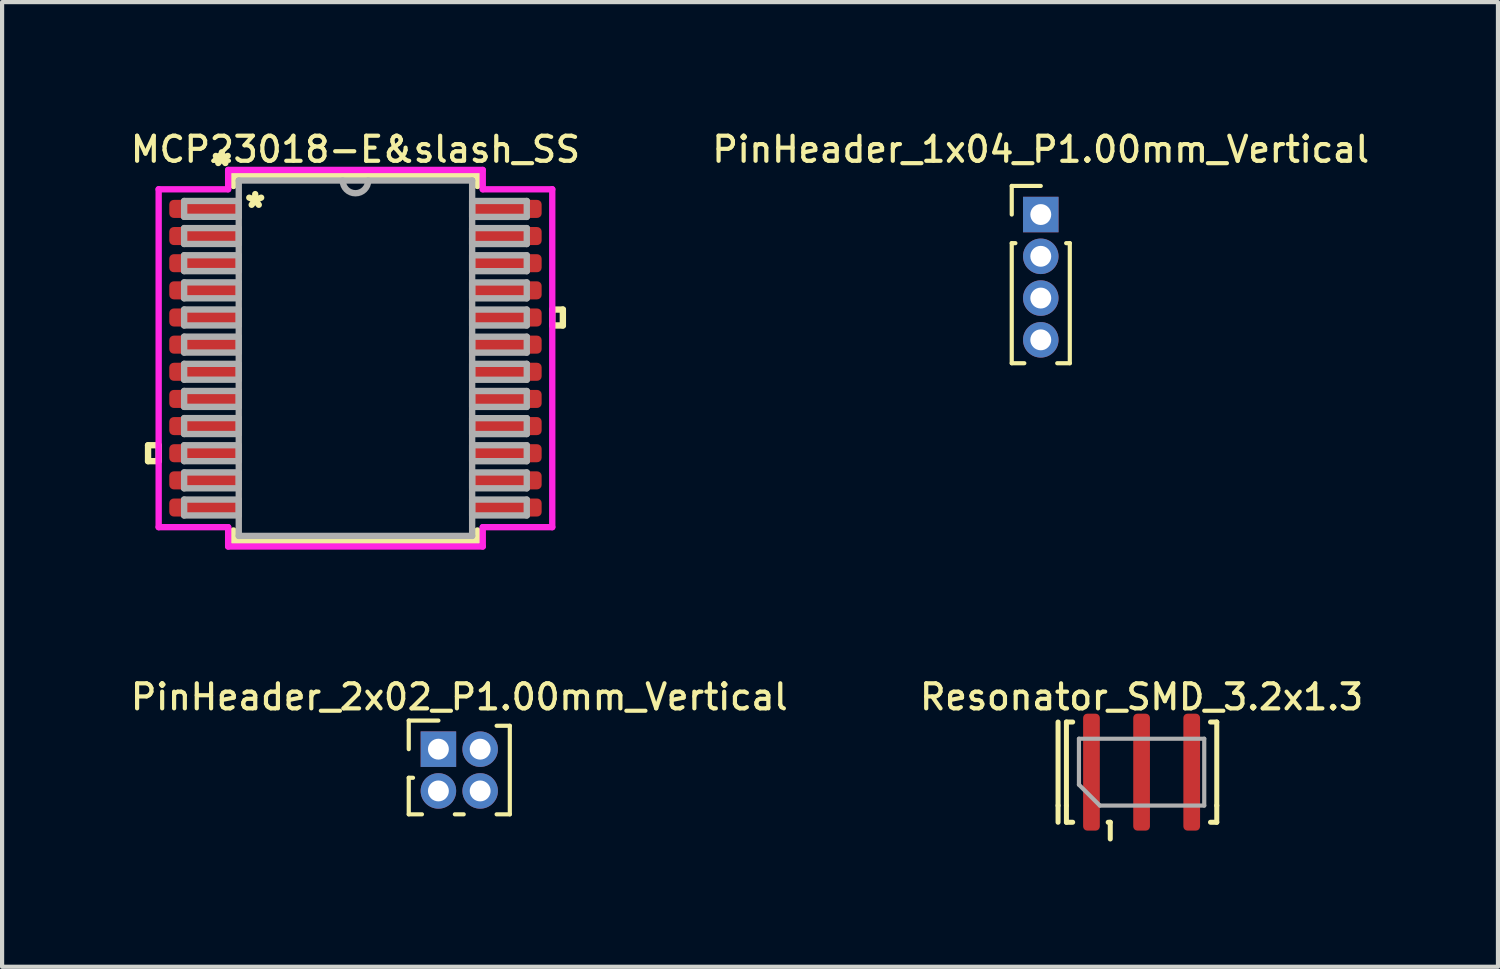
<source format=kicad_pcb>
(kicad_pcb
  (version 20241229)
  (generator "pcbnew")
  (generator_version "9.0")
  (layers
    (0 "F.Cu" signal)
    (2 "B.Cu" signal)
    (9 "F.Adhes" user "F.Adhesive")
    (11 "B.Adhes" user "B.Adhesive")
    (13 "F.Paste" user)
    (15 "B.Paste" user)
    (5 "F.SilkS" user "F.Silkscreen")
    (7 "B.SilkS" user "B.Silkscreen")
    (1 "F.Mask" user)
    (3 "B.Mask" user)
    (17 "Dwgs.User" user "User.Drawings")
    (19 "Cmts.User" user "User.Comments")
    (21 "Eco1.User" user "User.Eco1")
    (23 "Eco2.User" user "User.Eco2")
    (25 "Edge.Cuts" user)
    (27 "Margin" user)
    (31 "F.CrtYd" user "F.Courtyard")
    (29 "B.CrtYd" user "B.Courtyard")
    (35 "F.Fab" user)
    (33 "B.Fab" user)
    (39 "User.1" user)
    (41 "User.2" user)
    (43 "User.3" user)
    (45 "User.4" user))
  (footprint "MCP23018-E&slash_SS"
    (layer "F.Cu")
    (at 5.461 5.527)
    (property "Reference" "MCP23018-E&slash_SS" (at 0 -5 0) (layer "F.SilkS") (effects (font (size 0.6 0.6) (thickness 0.1))))
    (attr smd)
    (fp_line (start -4.966 2.084) (end -4.966 2.465) (stroke (width 0.152) (type solid)) (layer "F.SilkS"))
    (fp_line (start -4.966 2.465) (end -4.712 2.465) (stroke (width 0.152) (type solid)) (layer "F.SilkS"))
    (fp_line (start -4.712 2.084) (end -4.966 2.084) (stroke (width 0.152) (type solid)) (layer "F.SilkS"))
    (fp_line (start -4.712 2.465) (end -4.712 2.084) (stroke (width 0.152) (type solid)) (layer "F.SilkS"))
    (fp_line (start -2.921 -4.381) (end -2.921 -4.124) (stroke (width 0.152) (type solid)) (layer "F.SilkS"))
    (fp_line (start -2.921 4.124) (end -2.921 4.381) (stroke (width 0.152) (type solid)) (layer "F.SilkS"))
    (fp_line (start -2.921 4.381) (end 2.921 4.381) (stroke (width 0.152) (type solid)) (layer "F.SilkS"))
    (fp_line (start 2.921 -4.381) (end -2.921 -4.381) (stroke (width 0.152) (type solid)) (layer "F.SilkS"))
    (fp_line (start 2.921 -4.124) (end 2.921 -4.381) (stroke (width 0.152) (type solid)) (layer "F.SilkS"))
    (fp_line (start 2.921 4.381) (end 2.921 4.124) (stroke (width 0.152) (type solid)) (layer "F.SilkS"))
    (fp_line (start 4.712 -1.165) (end 4.966 -1.165) (stroke (width 0.152) (type solid)) (layer "F.SilkS"))
    (fp_line (start 4.712 -0.784) (end 4.712 -1.165) (stroke (width 0.152) (type solid)) (layer "F.SilkS"))
    (fp_line (start 4.966 -1.165) (end 4.966 -0.784) (stroke (width 0.152) (type solid)) (layer "F.SilkS"))
    (fp_line (start 4.966 -0.784) (end 4.712 -0.784) (stroke (width 0.152) (type solid)) (layer "F.SilkS"))
    (fp_line (start -4.712 -4.045) (end -3.048 -4.045) (stroke (width 0.152) (type solid)) (layer "F.CrtYd"))
    (fp_line (start -4.712 4.045) (end -4.712 -4.045) (stroke (width 0.152) (type solid)) (layer "F.CrtYd"))
    (fp_line (start -3.048 -4.508) (end 3.048 -4.508) (stroke (width 0.152) (type solid)) (layer "F.CrtYd"))
    (fp_line (start -3.048 -4.045) (end -3.048 -4.508) (stroke (width 0.152) (type solid)) (layer "F.CrtYd"))
    (fp_line (start -3.048 4.045) (end -4.712 4.045) (stroke (width 0.152) (type solid)) (layer "F.CrtYd"))
    (fp_line (start -3.048 4.508) (end -3.048 4.045) (stroke (width 0.152) (type solid)) (layer "F.CrtYd"))
    (fp_line (start 3.048 -4.508) (end 3.048 -4.045) (stroke (width 0.152) (type solid)) (layer "F.CrtYd"))
    (fp_line (start 3.048 -4.045) (end 4.712 -4.045) (stroke (width 0.152) (type solid)) (layer "F.CrtYd"))
    (fp_line (start 3.048 4.045) (end 3.048 4.508) (stroke (width 0.152) (type solid)) (layer "F.CrtYd"))
    (fp_line (start 3.048 4.508) (end -3.048 4.508) (stroke (width 0.152) (type solid)) (layer "F.CrtYd"))
    (fp_line (start 4.712 -4.045) (end 4.712 4.045) (stroke (width 0.152) (type solid)) (layer "F.CrtYd"))
    (fp_line (start 4.712 4.045) (end 3.048 4.045) (stroke (width 0.152) (type solid)) (layer "F.CrtYd"))
    (fp_line (start -4.102 -3.765) (end -4.102 -3.385) (stroke (width 0.152) (type solid)) (layer "F.Fab"))
    (fp_line (start -4.102 -3.385) (end -2.794 -3.385) (stroke (width 0.152) (type solid)) (layer "F.Fab"))
    (fp_line (start -4.102 -3.116) (end -4.102 -2.735) (stroke (width 0.152) (type solid)) (layer "F.Fab"))
    (fp_line (start -4.102 -2.735) (end -2.794 -2.735) (stroke (width 0.152) (type solid)) (layer "F.Fab"))
    (fp_line (start -4.102 -2.466) (end -4.102 -2.085) (stroke (width 0.152) (type solid)) (layer "F.Fab"))
    (fp_line (start -4.102 -2.085) (end -2.794 -2.085) (stroke (width 0.152) (type solid)) (layer "F.Fab"))
    (fp_line (start -4.102 -1.816) (end -4.102 -1.435) (stroke (width 0.152) (type solid)) (layer "F.Fab"))
    (fp_line (start -4.102 -1.435) (end -2.794 -1.435) (stroke (width 0.152) (type solid)) (layer "F.Fab"))
    (fp_line (start -4.102 -1.166) (end -4.102 -0.785) (stroke (width 0.152) (type solid)) (layer "F.Fab"))
    (fp_line (start -4.102 -0.785) (end -2.794 -0.785) (stroke (width 0.152) (type solid)) (layer "F.Fab"))
    (fp_line (start -4.102 -0.516) (end -4.102 -0.135) (stroke (width 0.152) (type solid)) (layer "F.Fab"))
    (fp_line (start -4.102 -0.135) (end -2.794 -0.135) (stroke (width 0.152) (type solid)) (layer "F.Fab"))
    (fp_line (start -4.102 0.134) (end -4.102 0.515) (stroke (width 0.152) (type solid)) (layer "F.Fab"))
    (fp_line (start -4.102 0.515) (end -2.794 0.515) (stroke (width 0.152) (type solid)) (layer "F.Fab"))
    (fp_line (start -4.102 0.784) (end -4.102 1.165) (stroke (width 0.152) (type solid)) (layer "F.Fab"))
    (fp_line (start -4.102 1.165) (end -2.794 1.165) (stroke (width 0.152) (type solid)) (layer "F.Fab"))
    (fp_line (start -4.102 1.434) (end -4.102 1.815) (stroke (width 0.152) (type solid)) (layer "F.Fab"))
    (fp_line (start -4.102 1.815) (end -2.794 1.815) (stroke (width 0.152) (type solid)) (layer "F.Fab"))
    (fp_line (start -4.102 2.084) (end -4.102 2.465) (stroke (width 0.152) (type solid)) (layer "F.Fab"))
    (fp_line (start -4.102 2.465) (end -2.794 2.465) (stroke (width 0.152) (type solid)) (layer "F.Fab"))
    (fp_line (start -4.102 2.734) (end -4.102 3.115) (stroke (width 0.152) (type solid)) (layer "F.Fab"))
    (fp_line (start -4.102 3.115) (end -2.794 3.115) (stroke (width 0.152) (type solid)) (layer "F.Fab"))
    (fp_line (start -4.102 3.384) (end -4.102 3.765) (stroke (width 0.152) (type solid)) (layer "F.Fab"))
    (fp_line (start -4.102 3.765) (end -2.794 3.765) (stroke (width 0.152) (type solid)) (layer "F.Fab"))
    (fp_line (start -2.794 -4.255) (end -2.794 4.255) (stroke (width 0.152) (type solid)) (layer "F.Fab"))
    (fp_line (start -2.794 -3.765) (end -4.102 -3.765) (stroke (width 0.152) (type solid)) (layer "F.Fab"))
    (fp_line (start -2.794 -3.385) (end -2.794 -3.765) (stroke (width 0.152) (type solid)) (layer "F.Fab"))
    (fp_line (start -2.794 -3.116) (end -4.102 -3.116) (stroke (width 0.152) (type solid)) (layer "F.Fab"))
    (fp_line (start -2.794 -2.735) (end -2.794 -3.116) (stroke (width 0.152) (type solid)) (layer "F.Fab"))
    (fp_line (start -2.794 -2.466) (end -4.102 -2.466) (stroke (width 0.152) (type solid)) (layer "F.Fab"))
    (fp_line (start -2.794 -2.085) (end -2.794 -2.466) (stroke (width 0.152) (type solid)) (layer "F.Fab"))
    (fp_line (start -2.794 -1.816) (end -4.102 -1.816) (stroke (width 0.152) (type solid)) (layer "F.Fab"))
    (fp_line (start -2.794 -1.435) (end -2.794 -1.816) (stroke (width 0.152) (type solid)) (layer "F.Fab"))
    (fp_line (start -2.794 -1.166) (end -4.102 -1.166) (stroke (width 0.152) (type solid)) (layer "F.Fab"))
    (fp_line (start -2.794 -0.785) (end -2.794 -1.166) (stroke (width 0.152) (type solid)) (layer "F.Fab"))
    (fp_line (start -2.794 -0.516) (end -4.102 -0.516) (stroke (width 0.152) (type solid)) (layer "F.Fab"))
    (fp_line (start -2.794 -0.135) (end -2.794 -0.516) (stroke (width 0.152) (type solid)) (layer "F.Fab"))
    (fp_line (start -2.794 0.134) (end -4.102 0.134) (stroke (width 0.152) (type solid)) (layer "F.Fab"))
    (fp_line (start -2.794 0.515) (end -2.794 0.134) (stroke (width 0.152) (type solid)) (layer "F.Fab"))
    (fp_line (start -2.794 0.784) (end -4.102 0.784) (stroke (width 0.152) (type solid)) (layer "F.Fab"))
    (fp_line (start -2.794 1.165) (end -2.794 0.784) (stroke (width 0.152) (type solid)) (layer "F.Fab"))
    (fp_line (start -2.794 1.434) (end -4.102 1.434) (stroke (width 0.152) (type solid)) (layer "F.Fab"))
    (fp_line (start -2.794 1.815) (end -2.794 1.434) (stroke (width 0.152) (type solid)) (layer "F.Fab"))
    (fp_line (start -2.794 2.084) (end -4.102 2.084) (stroke (width 0.152) (type solid)) (layer "F.Fab"))
    (fp_line (start -2.794 2.465) (end -2.794 2.084) (stroke (width 0.152) (type solid)) (layer "F.Fab"))
    (fp_line (start -2.794 2.734) (end -4.102 2.734) (stroke (width 0.152) (type solid)) (layer "F.Fab"))
    (fp_line (start -2.794 3.115) (end -2.794 2.734) (stroke (width 0.152) (type solid)) (layer "F.Fab"))
    (fp_line (start -2.794 3.384) (end -4.102 3.384) (stroke (width 0.152) (type solid)) (layer "F.Fab"))
    (fp_line (start -2.794 3.765) (end -2.794 3.384) (stroke (width 0.152) (type solid)) (layer "F.Fab"))
    (fp_line (start -2.794 4.255) (end 2.794 4.255) (stroke (width 0.152) (type solid)) (layer "F.Fab"))
    (fp_line (start 2.794 -4.255) (end -2.794 -4.255) (stroke (width 0.152) (type solid)) (layer "F.Fab"))
    (fp_line (start 2.794 -3.765) (end 2.794 -3.384) (stroke (width 0.152) (type solid)) (layer "F.Fab"))
    (fp_line (start 2.794 -3.384) (end 4.102 -3.384) (stroke (width 0.152) (type solid)) (layer "F.Fab"))
    (fp_line (start 2.794 -3.115) (end 2.794 -2.734) (stroke (width 0.152) (type solid)) (layer "F.Fab"))
    (fp_line (start 2.794 -2.734) (end 4.102 -2.734) (stroke (width 0.152) (type solid)) (layer "F.Fab"))
    (fp_line (start 2.794 -2.465) (end 2.794 -2.084) (stroke (width 0.152) (type solid)) (layer "F.Fab"))
    (fp_line (start 2.794 -2.084) (end 4.102 -2.084) (stroke (width 0.152) (type solid)) (layer "F.Fab"))
    (fp_line (start 2.794 -1.815) (end 2.794 -1.434) (stroke (width 0.152) (type solid)) (layer "F.Fab"))
    (fp_line (start 2.794 -1.434) (end 4.102 -1.434) (stroke (width 0.152) (type solid)) (layer "F.Fab"))
    (fp_line (start 2.794 -1.165) (end 2.794 -0.784) (stroke (width 0.152) (type solid)) (layer "F.Fab"))
    (fp_line (start 2.794 -0.784) (end 4.102 -0.784) (stroke (width 0.152) (type solid)) (layer "F.Fab"))
    (fp_line (start 2.794 -0.515) (end 2.794 -0.134) (stroke (width 0.152) (type solid)) (layer "F.Fab"))
    (fp_line (start 2.794 -0.134) (end 4.102 -0.134) (stroke (width 0.152) (type solid)) (layer "F.Fab"))
    (fp_line (start 2.794 0.135) (end 2.794 0.516) (stroke (width 0.152) (type solid)) (layer "F.Fab"))
    (fp_line (start 2.794 0.516) (end 4.102 0.516) (stroke (width 0.152) (type solid)) (layer "F.Fab"))
    (fp_line (start 2.794 0.785) (end 2.794 1.166) (stroke (width 0.152) (type solid)) (layer "F.Fab"))
    (fp_line (start 2.794 1.166) (end 4.102 1.166) (stroke (width 0.152) (type solid)) (layer "F.Fab"))
    (fp_line (start 2.794 1.435) (end 2.794 1.816) (stroke (width 0.152) (type solid)) (layer "F.Fab"))
    (fp_line (start 2.794 1.816) (end 4.102 1.816) (stroke (width 0.152) (type solid)) (layer "F.Fab"))
    (fp_line (start 2.794 2.084) (end 2.794 2.466) (stroke (width 0.152) (type solid)) (layer "F.Fab"))
    (fp_line (start 2.794 2.466) (end 4.102 2.466) (stroke (width 0.152) (type solid)) (layer "F.Fab"))
    (fp_line (start 2.794 2.735) (end 2.794 3.115) (stroke (width 0.152) (type solid)) (layer "F.Fab"))
    (fp_line (start 2.794 3.115) (end 4.102 3.115) (stroke (width 0.152) (type solid)) (layer "F.Fab"))
    (fp_line (start 2.794 3.385) (end 2.794 3.765) (stroke (width 0.152) (type solid)) (layer "F.Fab"))
    (fp_line (start 2.794 3.765) (end 4.102 3.765) (stroke (width 0.152) (type solid)) (layer "F.Fab"))
    (fp_line (start 2.794 4.255) (end 2.794 -4.255) (stroke (width 0.152) (type solid)) (layer "F.Fab"))
    (fp_line (start 4.102 -3.765) (end 2.794 -3.765) (stroke (width 0.152) (type solid)) (layer "F.Fab"))
    (fp_line (start 4.102 -3.384) (end 4.102 -3.765) (stroke (width 0.152) (type solid)) (layer "F.Fab"))
    (fp_line (start 4.102 -3.115) (end 2.794 -3.115) (stroke (width 0.152) (type solid)) (layer "F.Fab"))
    (fp_line (start 4.102 -2.734) (end 4.102 -3.115) (stroke (width 0.152) (type solid)) (layer "F.Fab"))
    (fp_line (start 4.102 -2.465) (end 2.794 -2.465) (stroke (width 0.152) (type solid)) (layer "F.Fab"))
    (fp_line (start 4.102 -2.084) (end 4.102 -2.465) (stroke (width 0.152) (type solid)) (layer "F.Fab"))
    (fp_line (start 4.102 -1.815) (end 2.794 -1.815) (stroke (width 0.152) (type solid)) (layer "F.Fab"))
    (fp_line (start 4.102 -1.434) (end 4.102 -1.815) (stroke (width 0.152) (type solid)) (layer "F.Fab"))
    (fp_line (start 4.102 -1.165) (end 2.794 -1.165) (stroke (width 0.152) (type solid)) (layer "F.Fab"))
    (fp_line (start 4.102 -0.784) (end 4.102 -1.165) (stroke (width 0.152) (type solid)) (layer "F.Fab"))
    (fp_line (start 4.102 -0.515) (end 2.794 -0.515) (stroke (width 0.152) (type solid)) (layer "F.Fab"))
    (fp_line (start 4.102 -0.134) (end 4.102 -0.515) (stroke (width 0.152) (type solid)) (layer "F.Fab"))
    (fp_line (start 4.102 0.135) (end 2.794 0.135) (stroke (width 0.152) (type solid)) (layer "F.Fab"))
    (fp_line (start 4.102 0.516) (end 4.102 0.135) (stroke (width 0.152) (type solid)) (layer "F.Fab"))
    (fp_line (start 4.102 0.785) (end 2.794 0.785) (stroke (width 0.152) (type solid)) (layer "F.Fab"))
    (fp_line (start 4.102 1.166) (end 4.102 0.785) (stroke (width 0.152) (type solid)) (layer "F.Fab"))
    (fp_line (start 4.102 1.435) (end 2.794 1.435) (stroke (width 0.152) (type solid)) (layer "F.Fab"))
    (fp_line (start 4.102 1.816) (end 4.102 1.435) (stroke (width 0.152) (type solid)) (layer "F.Fab"))
    (fp_line (start 4.102 2.084) (end 2.794 2.084) (stroke (width 0.152) (type solid)) (layer "F.Fab"))
    (fp_line (start 4.102 2.466) (end 4.102 2.084) (stroke (width 0.152) (type solid)) (layer "F.Fab"))
    (fp_line (start 4.102 2.735) (end 2.794 2.735) (stroke (width 0.152) (type solid)) (layer "F.Fab"))
    (fp_line (start 4.102 3.115) (end 4.102 2.735) (stroke (width 0.152) (type solid)) (layer "F.Fab"))
    (fp_line (start 4.102 3.385) (end 2.794 3.385) (stroke (width 0.152) (type solid)) (layer "F.Fab"))
    (fp_line (start 4.102 3.765) (end 4.102 3.385) (stroke (width 0.152) (type solid)) (layer "F.Fab"))
    (fp_arc (start 0.3048 -4.2545) (mid 0 -3.9497) (end -0.3048 -4.2545) (stroke (width 0.1524) (type solid)) (layer "F.Fab"))
    (fp_text user "*" (at -3.2 -4.6 0) (layer "F.SilkS") (effects (font (size 0.6 0.6) (thickness 0.15))))
    (fp_text user "*" (at -2.4 -3.6 0) (layer "F.SilkS") (effects (font (size 0.6 0.6) (thickness 0.15))))
    (pad "1" smd roundrect (at -3.626 -3.575) (size 1.664 0.432) (layers "F.Cu" "F.Mask" "F.Paste") (roundrect_rratio 0.25))
    (pad "2" smd roundrect (at -3.626 -2.925) (size 1.664 0.432) (layers "F.Cu" "F.Mask" "F.Paste") (roundrect_rratio 0.25))
    (pad "3" smd roundrect (at -3.626 -2.275) (size 1.664 0.432) (layers "F.Cu" "F.Mask" "F.Paste") (roundrect_rratio 0.25))
    (pad "4" smd roundrect (at -3.626 -1.625) (size 1.664 0.432) (layers "F.Cu" "F.Mask" "F.Paste") (roundrect_rratio 0.25))
    (pad "5" smd roundrect (at -3.626 -0.975) (size 1.664 0.432) (layers "F.Cu" "F.Mask" "F.Paste") (roundrect_rratio 0.25))
    (pad "6" smd roundrect (at -3.626 -0.325) (size 1.664 0.432) (layers "F.Cu" "F.Mask" "F.Paste") (roundrect_rratio 0.25))
    (pad "7" smd roundrect (at -3.626 0.325) (size 1.664 0.432) (layers "F.Cu" "F.Mask" "F.Paste") (roundrect_rratio 0.25))
    (pad "8" smd roundrect (at -3.626 0.975) (size 1.664 0.432) (layers "F.Cu" "F.Mask" "F.Paste") (roundrect_rratio 0.25))
    (pad "9" smd roundrect (at -3.626 1.625) (size 1.664 0.432) (layers "F.Cu" "F.Mask" "F.Paste") (roundrect_rratio 0.25))
    (pad "10" smd roundrect (at -3.626 2.275) (size 1.664 0.432) (layers "F.Cu" "F.Mask" "F.Paste") (roundrect_rratio 0.25))
    (pad "11" smd roundrect (at -3.626 2.925) (size 1.664 0.432) (layers "F.Cu" "F.Mask" "F.Paste") (roundrect_rratio 0.25))
    (pad "12" smd roundrect (at -3.626 3.575) (size 1.664 0.432) (layers "F.Cu" "F.Mask" "F.Paste") (roundrect_rratio 0.25))
    (pad "13" smd roundrect (at 3.626 3.575) (size 1.664 0.432) (layers "F.Cu" "F.Mask" "F.Paste") (roundrect_rratio 0.25))
    (pad "14" smd roundrect (at 3.626 2.925) (size 1.664 0.432) (layers "F.Cu" "F.Mask" "F.Paste") (roundrect_rratio 0.25))
    (pad "15" smd roundrect (at 3.626 2.275) (size 1.664 0.432) (layers "F.Cu" "F.Mask" "F.Paste") (roundrect_rratio 0.25))
    (pad "16" smd roundrect (at 3.626 1.625) (size 1.664 0.432) (layers "F.Cu" "F.Mask" "F.Paste") (roundrect_rratio 0.25))
    (pad "17" smd roundrect (at 3.626 0.975) (size 1.664 0.432) (layers "F.Cu" "F.Mask" "F.Paste") (roundrect_rratio 0.25))
    (pad "18" smd roundrect (at 3.626 0.325) (size 1.664 0.432) (layers "F.Cu" "F.Mask" "F.Paste") (roundrect_rratio 0.25))
    (pad "19" smd roundrect (at 3.626 -0.325) (size 1.664 0.432) (layers "F.Cu" "F.Mask" "F.Paste") (roundrect_rratio 0.25))
    (pad "20" smd roundrect (at 3.626 -0.975) (size 1.664 0.432) (layers "F.Cu" "F.Mask" "F.Paste") (roundrect_rratio 0.25))
    (pad "21" smd roundrect (at 3.626 -1.625) (size 1.664 0.432) (layers "F.Cu" "F.Mask" "F.Paste") (roundrect_rratio 0.25))
    (pad "22" smd roundrect (at 3.626 -2.275) (size 1.664 0.432) (layers "F.Cu" "F.Mask" "F.Paste") (roundrect_rratio 0.25))
    (pad "23" smd roundrect (at 3.626 -2.925) (size 1.664 0.432) (layers "F.Cu" "F.Mask" "F.Paste") (roundrect_rratio 0.25))
    (pad "24" smd roundrect (at 3.626 -3.575) (size 1.664 0.432) (layers "F.Cu" "F.Mask" "F.Paste") (roundrect_rratio 0.25)))
  (footprint "Resonator_SMD_3.2x1.3"
    (layer "F.Cu")
    (at 24.284 15.438)
    (property "Reference" "Resonator_SMD_3.2x1.3" (at 0 -1.8 0) (layer "F.SilkS") (effects (font (size 0.6 0.6) (thickness 0.1))))
    (attr smd)
    (fp_line (start -2 -1.2) (end -2 0.8) (stroke (width 0.12) (type solid)) (layer "F.SilkS"))
    (fp_line (start -2 0.8) (end -2 1.2) (stroke (width 0.12) (type solid)) (layer "F.SilkS"))
    (fp_line (start -1.8 -1.2) (end -1.65 -1.2) (stroke (width 0.12) (type solid)) (layer "F.SilkS"))
    (fp_line (start -1.8 0.8) (end -1.8 -1.2) (stroke (width 0.12) (type solid)) (layer "F.SilkS"))
    (fp_line (start -1.8 0.8) (end -1.8 1.2) (stroke (width 0.12) (type solid)) (layer "F.SilkS"))
    (fp_line (start -1.8 1.2) (end -1.65 1.2) (stroke (width 0.12) (type solid)) (layer "F.SilkS"))
    (fp_line (start -0.75 1.2) (end -0.8 1.2) (stroke (width 0.12) (type solid)) (layer "F.SilkS"))
    (fp_line (start -0.75 1.2) (end -0.75 1.6) (stroke (width 0.12) (type solid)) (layer "F.SilkS"))
    (fp_line (start 1.8 -1.2) (end 1.65 -1.2) (stroke (width 0.12) (type solid)) (layer "F.SilkS"))
    (fp_line (start 1.8 -1.2) (end 1.8 0.8) (stroke (width 0.12) (type solid)) (layer "F.SilkS"))
    (fp_line (start 1.8 0.8) (end 1.8 1.2) (stroke (width 0.12) (type solid)) (layer "F.SilkS"))
    (fp_line (start 1.8 1.2) (end 1.65 1.2) (stroke (width 0.12) (type solid)) (layer "F.SilkS"))
    (fp_line (start -1.5 0.3) (end -1.5 -0.8) (stroke (width 0.1) (type solid)) (layer "F.Fab"))
    (fp_line (start -1 0.8) (end -1.5 0.3) (stroke (width 0.1) (type solid)) (layer "F.Fab"))
    (fp_line (start -1 0.8) (end 1.5 0.8) (stroke (width 0.1) (type solid)) (layer "F.Fab"))
    (fp_line (start 1.5 -0.8) (end -1.5 -0.8) (stroke (width 0.1) (type solid)) (layer "F.Fab"))
    (fp_line (start 1.5 0.8) (end 1.5 -0.8) (stroke (width 0.1) (type solid)) (layer "F.Fab"))
    (pad "1" smd roundrect (at -1.2 0) (size 0.4 2.8) (layers "F.Cu" "F.Mask" "F.Paste") (roundrect_rratio 0.25))
    (pad "2" smd roundrect (at 0 0) (size 0.4 2.8) (layers "F.Cu" "F.Mask" "F.Paste") (roundrect_rratio 0.25))
    (pad "3" smd roundrect (at 1.2 0) (size 0.4 2.8) (layers "F.Cu" "F.Mask" "F.Paste") (roundrect_rratio 0.25)))
  (footprint "PinHeader_1x04_P1.00mm_Vertical"
    (layer "F.Cu")
    (at 21.87 2.087)
    (property "Reference" "PinHeader_1x04_P1.00mm_Vertical" (at 0 -1.56 0) (layer "F.SilkS") (effects (font (size 0.6 0.6) (thickness 0.1))))
    (attr through_hole)
    (fp_line (start -0.695 -0.685) (end 0 -0.685) (stroke (width 0.1) (type solid)) (layer "F.SilkS"))
    (fp_line (start -0.695 0) (end -0.695 -0.685) (stroke (width 0.1) (type solid)) (layer "F.SilkS"))
    (fp_line (start -0.695 0.685) (end -0.695 3.56) (stroke (width 0.1) (type solid)) (layer "F.SilkS"))
    (fp_line (start -0.695 0.685) (end -0.608 0.685) (stroke (width 0.1) (type solid)) (layer "F.SilkS"))
    (fp_line (start -0.695 3.56) (end -0.394 3.56) (stroke (width 0.1) (type solid)) (layer "F.SilkS"))
    (fp_line (start 0.394 3.56) (end 0.695 3.56) (stroke (width 0.1) (type solid)) (layer "F.SilkS"))
    (fp_line (start 0.608 0.685) (end 0.695 0.685) (stroke (width 0.1) (type solid)) (layer "F.SilkS"))
    (fp_line (start 0.695 0.685) (end 0.695 3.56) (stroke (width 0.1) (type solid)) (layer "F.SilkS"))
    (pad "1" thru_hole rect (at 0 0) (size 0.85 0.85) (drill 0.5) (layers "*.Cu" "*.Mask"))
    (pad "2" thru_hole oval (at 0 1) (size 0.85 0.85) (drill 0.5) (layers "*.Cu" "*.Mask"))
    (pad "3" thru_hole oval (at 0 2) (size 0.85 0.85) (drill 0.5) (layers "*.Cu" "*.Mask"))
    (pad "4" thru_hole oval (at 0 3) (size 0.85 0.85) (drill 0.5) (layers "*.Cu" "*.Mask")))
  (footprint "PinHeader_2x02_P1.00mm_Vertical"
    (layer "F.Cu")
    (at 7.447 14.888)
    (property "Reference" "PinHeader_2x02_P1.00mm_Vertical" (at 0.5 -1.25 0) (layer "F.SilkS") (effects (font (size 0.6 0.6) (thickness 0.1))))
    (attr through_hole)
    (fp_line (start -0.71 -0.685) (end 0 -0.685) (stroke (width 0.1) (type solid)) (layer "F.SilkS"))
    (fp_line (start -0.71 0) (end -0.71 -0.685) (stroke (width 0.1) (type solid)) (layer "F.SilkS"))
    (fp_line (start -0.71 0.685) (end -0.71 1.56) (stroke (width 0.1) (type solid)) (layer "F.SilkS"))
    (fp_line (start -0.71 0.685) (end -0.608 0.685) (stroke (width 0.1) (type solid)) (layer "F.SilkS"))
    (fp_line (start -0.71 1.56) (end -0.394 1.56) (stroke (width 0.1) (type solid)) (layer "F.SilkS"))
    (fp_line (start 0.394 1.56) (end 0.606 1.56) (stroke (width 0.1) (type solid)) (layer "F.SilkS"))
    (fp_line (start 1.394 -0.56) (end 1.71 -0.56) (stroke (width 0.1) (type solid)) (layer "F.SilkS"))
    (fp_line (start 1.394 1.56) (end 1.71 1.56) (stroke (width 0.1) (type solid)) (layer "F.SilkS"))
    (fp_line (start 1.71 -0.56) (end 1.71 1.56) (stroke (width 0.1) (type solid)) (layer "F.SilkS"))
    (pad "1" thru_hole rect (at 0 0) (size 0.85 0.85) (drill 0.5) (layers "*.Cu" "*.Mask"))
    (pad "2" thru_hole oval (at 1 0) (size 0.85 0.85) (drill 0.5) (layers "*.Cu" "*.Mask"))
    (pad "3" thru_hole oval (at 0 1) (size 0.85 0.85) (drill 0.5) (layers "*.Cu" "*.Mask"))
    (pad "4" thru_hole oval (at 1 1) (size 0.85 0.85) (drill 0.5) (layers "*.Cu" "*.Mask")))
  (gr_rect
    (start -3 -3)
    (end 32.817 20.098)
    (stroke (width 0.1) (type default))
    (fill no)
    (layer "Edge.Cuts")))
</source>
